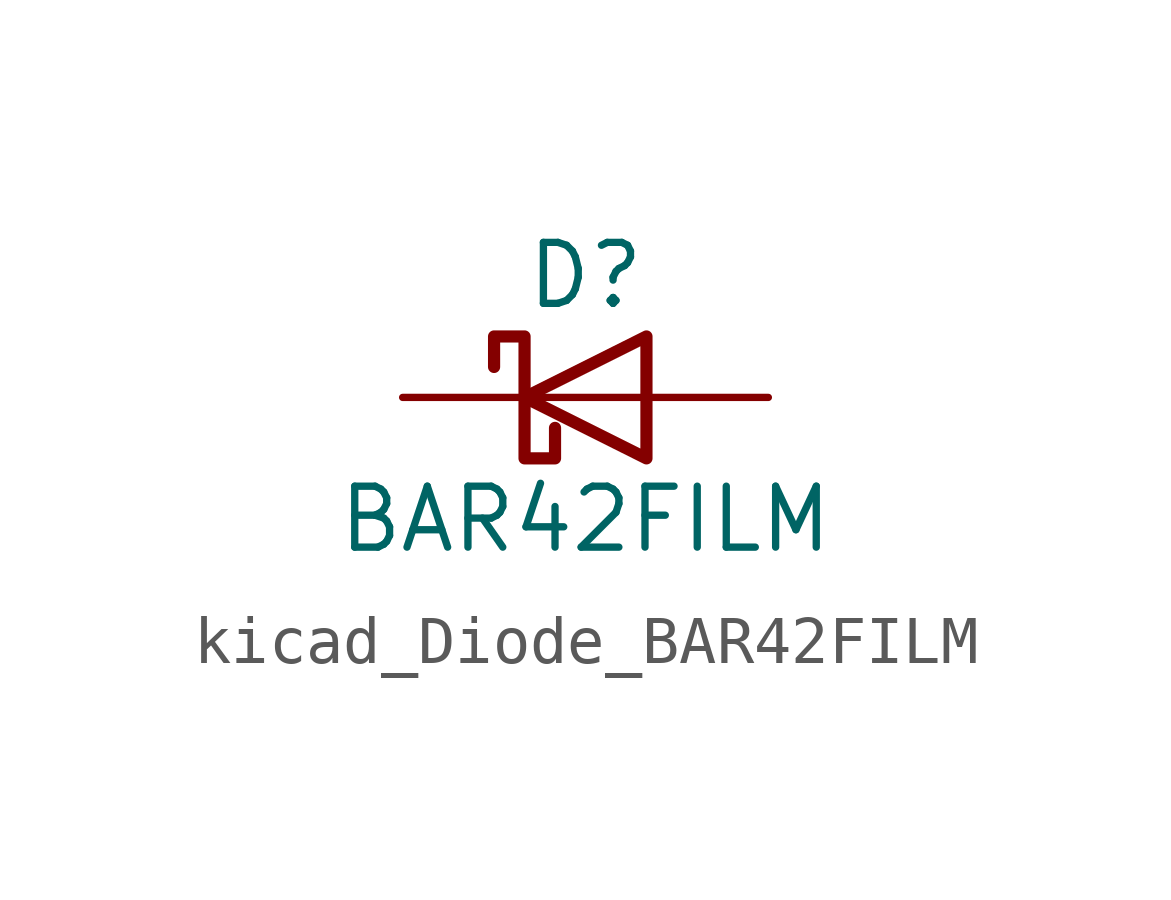
<source format=kicad_sym>
(kicad_symbol_lib
  (version 20220914)
  (generator kicad_symbol_editor)
  (symbol "kicad_Diode_BAR42FILM"
    (pin_numbers hide)
    (pin_names
      (offset 1.016) hide)
    (property "Reference" "D"
      (at 0 2.54 0)
      (effects (font (size 1.27 1.27))))
    (property "Value" "BAR42FILM"
      (at 0 -2.54 0)
      (effects (font (size 1.27 1.27))))
    (symbol "kicad_Diode_BAR42FILM_0_1"
      (polyline (pts (xy 1.27 0) (xy -1.27 0)) (stroke (width 0) (type default)) (fill (type none)))
      (polyline (pts (xy 1.27 1.27) (xy 1.27 -1.27) (xy -1.27 0) (xy 1.27 1.27)) (stroke (width 0.254) (type default)) (fill (type none)))
      (polyline (pts (xy -1.905 0.635) (xy -1.905 1.27) (xy -1.27 1.27) (xy -1.27 -1.27) (xy -0.635 -1.27) (xy -0.635 -0.635)) (stroke (width 0.254) (type default)) (fill (type none))))
    (symbol "kicad_Diode_BAR42FILM_1_1"
      (pin passive line (at 3.81 0 180) (length 2.54) (name "A" (effects (font (size 1.27 1.27)))) (number "1" (effects (font (size 1.27 1.27)))))
      (pin no_connect line (at 1.27 1.27 270) (length 2.54) hide (name "NC" (effects (font (size 1.27 1.27)))) (number "2" (effects (font (size 1.27 1.27)))))
      (pin passive line (at -3.81 0 0) (length 2.54) (name "K" (effects (font (size 1.27 1.27)))) (number "3" (effects (font (size 1.27 1.27))))))))
</source>
